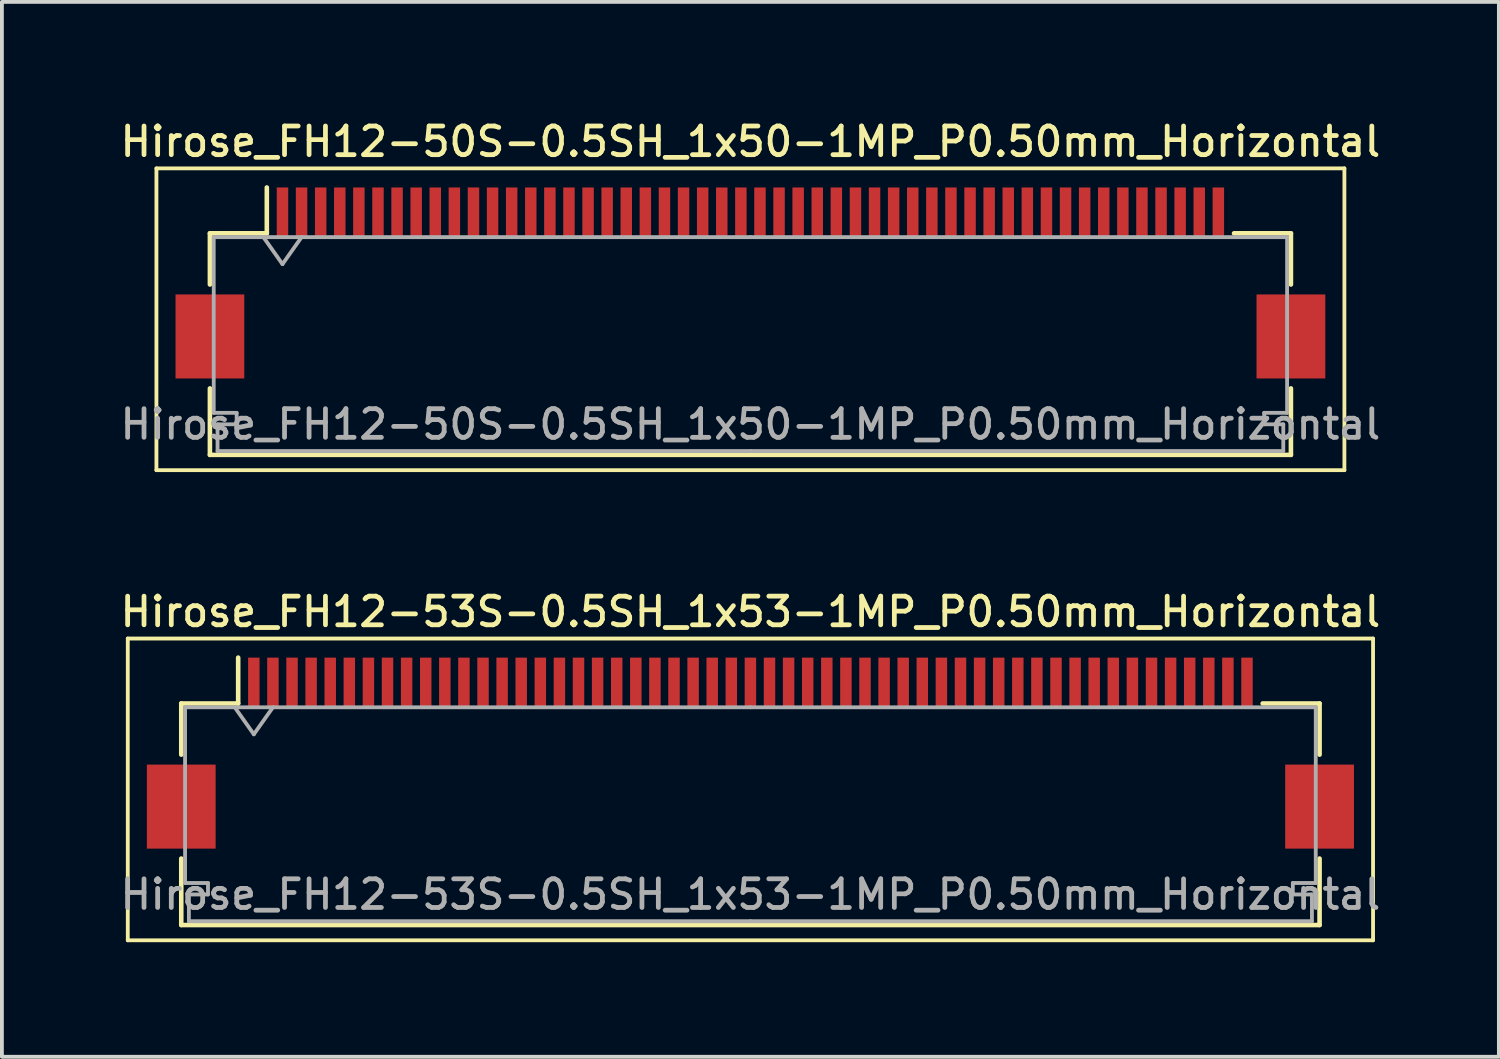
<source format=kicad_pcb>
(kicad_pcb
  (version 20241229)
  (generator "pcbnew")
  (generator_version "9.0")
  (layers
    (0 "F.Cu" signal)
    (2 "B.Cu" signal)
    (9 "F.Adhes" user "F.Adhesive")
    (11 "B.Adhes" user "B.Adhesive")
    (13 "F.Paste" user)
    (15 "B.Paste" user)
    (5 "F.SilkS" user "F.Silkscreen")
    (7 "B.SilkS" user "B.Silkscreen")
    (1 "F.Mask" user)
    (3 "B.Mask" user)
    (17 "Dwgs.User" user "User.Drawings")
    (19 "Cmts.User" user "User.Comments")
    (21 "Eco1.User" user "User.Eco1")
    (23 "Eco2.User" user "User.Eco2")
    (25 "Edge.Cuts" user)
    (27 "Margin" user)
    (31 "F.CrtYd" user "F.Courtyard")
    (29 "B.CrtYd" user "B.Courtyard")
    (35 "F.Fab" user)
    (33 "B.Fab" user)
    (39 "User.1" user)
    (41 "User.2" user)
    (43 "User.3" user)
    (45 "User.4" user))
  (footprint "Hirose_FH12-53S-0.5SH_1x53-1MP_P0.50mm_Horizontal"
    (layer "F.Cu")
    (at 16.595 16.666)
    (property "Reference" "Hirose_FH12-53S-0.5SH_1x53-1MP_P0.50mm_Horizontal" (at 0 -3.7 0) (layer "F.SilkS") (effects (font (size 0.75 0.75) (thickness 0.125))))
    (attr smd)
    (fp_line (start -16.3 -3) (end -16.3 4.9) (stroke (width 0.1) (type solid)) (layer "F.SilkS"))
    (fp_line (start -16.3 4.9) (end 16.3 4.9) (stroke (width 0.1) (type solid)) (layer "F.SilkS"))
    (fp_line (start -14.9 -1.3) (end -14.9 0.04) (stroke (width 0.12) (type solid)) (layer "F.SilkS"))
    (fp_line (start -14.9 2.76) (end -14.9 4.5) (stroke (width 0.12) (type solid)) (layer "F.SilkS"))
    (fp_line (start -14.9 4.5) (end 14.9 4.5) (stroke (width 0.12) (type solid)) (layer "F.SilkS"))
    (fp_line (start -13.41 -1.3) (end -14.9 -1.3) (stroke (width 0.12) (type solid)) (layer "F.SilkS"))
    (fp_line (start -13.41 -1.3) (end -13.41 -2.5) (stroke (width 0.12) (type solid)) (layer "F.SilkS"))
    (fp_line (start 13.41 -1.3) (end 14.9 -1.3) (stroke (width 0.12) (type solid)) (layer "F.SilkS"))
    (fp_line (start 14.9 -1.3) (end 14.9 0.04) (stroke (width 0.12) (type solid)) (layer "F.SilkS"))
    (fp_line (start 14.9 4.5) (end 14.9 2.76) (stroke (width 0.12) (type solid)) (layer "F.SilkS"))
    (fp_line (start 16.3 -3) (end -16.3 -3) (stroke (width 0.1) (type solid)) (layer "F.SilkS"))
    (fp_line (start 16.3 4.9) (end 16.3 -3) (stroke (width 0.1) (type solid)) (layer "F.SilkS"))
    (fp_line (start -14.8 -1.2) (end -14.8 3.4) (stroke (width 0.1) (type solid)) (layer "F.Fab"))
    (fp_line (start -14.8 3.4) (end -14.2 3.4) (stroke (width 0.1) (type solid)) (layer "F.Fab"))
    (fp_line (start -14.7 3.7) (end -14.7 4.4) (stroke (width 0.1) (type solid)) (layer "F.Fab"))
    (fp_line (start -14.7 4.4) (end 0 4.4) (stroke (width 0.1) (type solid)) (layer "F.Fab"))
    (fp_line (start -14.2 3.4) (end -14.2 3.7) (stroke (width 0.1) (type solid)) (layer "F.Fab"))
    (fp_line (start -14.2 3.7) (end -14.7 3.7) (stroke (width 0.1) (type solid)) (layer "F.Fab"))
    (fp_line (start -13.5 -1.2) (end -13 -0.493) (stroke (width 0.1) (type solid)) (layer "F.Fab"))
    (fp_line (start -13 -0.493) (end -12.5 -1.2) (stroke (width 0.1) (type solid)) (layer "F.Fab"))
    (fp_line (start 0 -1.2) (end -14.8 -1.2) (stroke (width 0.1) (type solid)) (layer "F.Fab"))
    (fp_line (start 0 -1.2) (end 14.8 -1.2) (stroke (width 0.1) (type solid)) (layer "F.Fab"))
    (fp_line (start 14.2 3.4) (end 14.2 3.7) (stroke (width 0.1) (type solid)) (layer "F.Fab"))
    (fp_line (start 14.2 3.7) (end 14.7 3.7) (stroke (width 0.1) (type solid)) (layer "F.Fab"))
    (fp_line (start 14.7 3.7) (end 14.7 4.4) (stroke (width 0.1) (type solid)) (layer "F.Fab"))
    (fp_line (start 14.7 4.4) (end 0 4.4) (stroke (width 0.1) (type solid)) (layer "F.Fab"))
    (fp_line (start 14.8 -1.2) (end 14.8 3.4) (stroke (width 0.1) (type solid)) (layer "F.Fab"))
    (fp_line (start 14.8 3.4) (end 14.2 3.4) (stroke (width 0.1) (type solid)) (layer "F.Fab"))
    (fp_text user "${REFERENCE}" (at 0 3.7 0) (layer "F.Fab") (effects (font (size 0.75 0.75) (thickness 0.125))))
    (pad "1" smd rect (at -13 -1.85) (size 0.3 1.3) (layers "F.Cu" "F.Mask" "F.Paste"))
    (pad "2" smd rect (at -12.5 -1.85) (size 0.3 1.3) (layers "F.Cu" "F.Mask" "F.Paste"))
    (pad "3" smd rect (at -12 -1.85) (size 0.3 1.3) (layers "F.Cu" "F.Mask" "F.Paste"))
    (pad "4" smd rect (at -11.5 -1.85) (size 0.3 1.3) (layers "F.Cu" "F.Mask" "F.Paste"))
    (pad "5" smd rect (at -11 -1.85) (size 0.3 1.3) (layers "F.Cu" "F.Mask" "F.Paste"))
    (pad "6" smd rect (at -10.5 -1.85) (size 0.3 1.3) (layers "F.Cu" "F.Mask" "F.Paste"))
    (pad "7" smd rect (at -10 -1.85) (size 0.3 1.3) (layers "F.Cu" "F.Mask" "F.Paste"))
    (pad "8" smd rect (at -9.5 -1.85) (size 0.3 1.3) (layers "F.Cu" "F.Mask" "F.Paste"))
    (pad "9" smd rect (at -9 -1.85) (size 0.3 1.3) (layers "F.Cu" "F.Mask" "F.Paste"))
    (pad "10" smd rect (at -8.5 -1.85) (size 0.3 1.3) (layers "F.Cu" "F.Mask" "F.Paste"))
    (pad "11" smd rect (at -8 -1.85) (size 0.3 1.3) (layers "F.Cu" "F.Mask" "F.Paste"))
    (pad "12" smd rect (at -7.5 -1.85) (size 0.3 1.3) (layers "F.Cu" "F.Mask" "F.Paste"))
    (pad "13" smd rect (at -7 -1.85) (size 0.3 1.3) (layers "F.Cu" "F.Mask" "F.Paste"))
    (pad "14" smd rect (at -6.5 -1.85) (size 0.3 1.3) (layers "F.Cu" "F.Mask" "F.Paste"))
    (pad "15" smd rect (at -6 -1.85) (size 0.3 1.3) (layers "F.Cu" "F.Mask" "F.Paste"))
    (pad "16" smd rect (at -5.5 -1.85) (size 0.3 1.3) (layers "F.Cu" "F.Mask" "F.Paste"))
    (pad "17" smd rect (at -5 -1.85) (size 0.3 1.3) (layers "F.Cu" "F.Mask" "F.Paste"))
    (pad "18" smd rect (at -4.5 -1.85) (size 0.3 1.3) (layers "F.Cu" "F.Mask" "F.Paste"))
    (pad "19" smd rect (at -4 -1.85) (size 0.3 1.3) (layers "F.Cu" "F.Mask" "F.Paste"))
    (pad "20" smd rect (at -3.5 -1.85) (size 0.3 1.3) (layers "F.Cu" "F.Mask" "F.Paste"))
    (pad "21" smd rect (at -3 -1.85) (size 0.3 1.3) (layers "F.Cu" "F.Mask" "F.Paste"))
    (pad "22" smd rect (at -2.5 -1.85) (size 0.3 1.3) (layers "F.Cu" "F.Mask" "F.Paste"))
    (pad "23" smd rect (at -2 -1.85) (size 0.3 1.3) (layers "F.Cu" "F.Mask" "F.Paste"))
    (pad "24" smd rect (at -1.5 -1.85) (size 0.3 1.3) (layers "F.Cu" "F.Mask" "F.Paste"))
    (pad "25" smd rect (at -1 -1.85) (size 0.3 1.3) (layers "F.Cu" "F.Mask" "F.Paste"))
    (pad "26" smd rect (at -0.5 -1.85) (size 0.3 1.3) (layers "F.Cu" "F.Mask" "F.Paste"))
    (pad "27" smd rect (at 0 -1.85) (size 0.3 1.3) (layers "F.Cu" "F.Mask" "F.Paste"))
    (pad "28" smd rect (at 0.5 -1.85) (size 0.3 1.3) (layers "F.Cu" "F.Mask" "F.Paste"))
    (pad "29" smd rect (at 1 -1.85) (size 0.3 1.3) (layers "F.Cu" "F.Mask" "F.Paste"))
    (pad "30" smd rect (at 1.5 -1.85) (size 0.3 1.3) (layers "F.Cu" "F.Mask" "F.Paste"))
    (pad "31" smd rect (at 2 -1.85) (size 0.3 1.3) (layers "F.Cu" "F.Mask" "F.Paste"))
    (pad "32" smd rect (at 2.5 -1.85) (size 0.3 1.3) (layers "F.Cu" "F.Mask" "F.Paste"))
    (pad "33" smd rect (at 3 -1.85) (size 0.3 1.3) (layers "F.Cu" "F.Mask" "F.Paste"))
    (pad "34" smd rect (at 3.5 -1.85) (size 0.3 1.3) (layers "F.Cu" "F.Mask" "F.Paste"))
    (pad "35" smd rect (at 4 -1.85) (size 0.3 1.3) (layers "F.Cu" "F.Mask" "F.Paste"))
    (pad "36" smd rect (at 4.5 -1.85) (size 0.3 1.3) (layers "F.Cu" "F.Mask" "F.Paste"))
    (pad "37" smd rect (at 5 -1.85) (size 0.3 1.3) (layers "F.Cu" "F.Mask" "F.Paste"))
    (pad "38" smd rect (at 5.5 -1.85) (size 0.3 1.3) (layers "F.Cu" "F.Mask" "F.Paste"))
    (pad "39" smd rect (at 6 -1.85) (size 0.3 1.3) (layers "F.Cu" "F.Mask" "F.Paste"))
    (pad "40" smd rect (at 6.5 -1.85) (size 0.3 1.3) (layers "F.Cu" "F.Mask" "F.Paste"))
    (pad "41" smd rect (at 7 -1.85) (size 0.3 1.3) (layers "F.Cu" "F.Mask" "F.Paste"))
    (pad "42" smd rect (at 7.5 -1.85) (size 0.3 1.3) (layers "F.Cu" "F.Mask" "F.Paste"))
    (pad "43" smd rect (at 8 -1.85) (size 0.3 1.3) (layers "F.Cu" "F.Mask" "F.Paste"))
    (pad "44" smd rect (at 8.5 -1.85) (size 0.3 1.3) (layers "F.Cu" "F.Mask" "F.Paste"))
    (pad "45" smd rect (at 9 -1.85) (size 0.3 1.3) (layers "F.Cu" "F.Mask" "F.Paste"))
    (pad "46" smd rect (at 9.5 -1.85) (size 0.3 1.3) (layers "F.Cu" "F.Mask" "F.Paste"))
    (pad "47" smd rect (at 10 -1.85) (size 0.3 1.3) (layers "F.Cu" "F.Mask" "F.Paste"))
    (pad "48" smd rect (at 10.5 -1.85) (size 0.3 1.3) (layers "F.Cu" "F.Mask" "F.Paste"))
    (pad "49" smd rect (at 11 -1.85) (size 0.3 1.3) (layers "F.Cu" "F.Mask" "F.Paste"))
    (pad "50" smd rect (at 11.5 -1.85) (size 0.3 1.3) (layers "F.Cu" "F.Mask" "F.Paste"))
    (pad "51" smd rect (at 12 -1.85) (size 0.3 1.3) (layers "F.Cu" "F.Mask" "F.Paste"))
    (pad "52" smd rect (at 12.5 -1.85) (size 0.3 1.3) (layers "F.Cu" "F.Mask" "F.Paste"))
    (pad "53" smd rect (at 13 -1.85) (size 0.3 1.3) (layers "F.Cu" "F.Mask" "F.Paste"))
    (pad "MP" smd rect (at -14.9 1.4) (size 1.8 2.2) (layers "F.Cu" "F.Mask" "F.Paste"))
    (pad "MP" smd rect (at 14.9 1.4) (size 1.8 2.2) (layers "F.Cu" "F.Mask" "F.Paste")))
  (footprint "Hirose_FH12-50S-0.5SH_1x50-1MP_P0.50mm_Horizontal"
    (layer "F.Cu")
    (at 16.595 4.358)
    (property "Reference" "Hirose_FH12-50S-0.5SH_1x50-1MP_P0.50mm_Horizontal" (at 0 -3.7 0) (layer "F.SilkS") (effects (font (size 0.75 0.75) (thickness 0.125))))
    (attr smd)
    (fp_line (start -15.55 -3) (end -15.55 4.9) (stroke (width 0.1) (type solid)) (layer "F.SilkS"))
    (fp_line (start -15.55 4.9) (end 15.55 4.9) (stroke (width 0.1) (type solid)) (layer "F.SilkS"))
    (fp_line (start -14.15 -1.3) (end -14.15 0.04) (stroke (width 0.12) (type solid)) (layer "F.SilkS"))
    (fp_line (start -14.15 2.76) (end -14.15 4.5) (stroke (width 0.12) (type solid)) (layer "F.SilkS"))
    (fp_line (start -14.15 4.5) (end 14.15 4.5) (stroke (width 0.12) (type solid)) (layer "F.SilkS"))
    (fp_line (start -12.66 -1.3) (end -14.15 -1.3) (stroke (width 0.12) (type solid)) (layer "F.SilkS"))
    (fp_line (start -12.66 -1.3) (end -12.66 -2.5) (stroke (width 0.12) (type solid)) (layer "F.SilkS"))
    (fp_line (start 12.66 -1.3) (end 14.15 -1.3) (stroke (width 0.12) (type solid)) (layer "F.SilkS"))
    (fp_line (start 14.15 -1.3) (end 14.15 0.04) (stroke (width 0.12) (type solid)) (layer "F.SilkS"))
    (fp_line (start 14.15 4.5) (end 14.15 2.76) (stroke (width 0.12) (type solid)) (layer "F.SilkS"))
    (fp_line (start 15.55 -3) (end -15.55 -3) (stroke (width 0.1) (type solid)) (layer "F.SilkS"))
    (fp_line (start 15.55 4.9) (end 15.55 -3) (stroke (width 0.1) (type solid)) (layer "F.SilkS"))
    (fp_line (start -14.05 -1.2) (end -14.05 3.4) (stroke (width 0.1) (type solid)) (layer "F.Fab"))
    (fp_line (start -14.05 3.4) (end -13.45 3.4) (stroke (width 0.1) (type solid)) (layer "F.Fab"))
    (fp_line (start -13.95 3.7) (end -13.95 4.4) (stroke (width 0.1) (type solid)) (layer "F.Fab"))
    (fp_line (start -13.95 4.4) (end 0 4.4) (stroke (width 0.1) (type solid)) (layer "F.Fab"))
    (fp_line (start -13.45 3.4) (end -13.45 3.7) (stroke (width 0.1) (type solid)) (layer "F.Fab"))
    (fp_line (start -13.45 3.7) (end -13.95 3.7) (stroke (width 0.1) (type solid)) (layer "F.Fab"))
    (fp_line (start -12.75 -1.2) (end -12.25 -0.493) (stroke (width 0.1) (type solid)) (layer "F.Fab"))
    (fp_line (start -12.25 -0.493) (end -11.75 -1.2) (stroke (width 0.1) (type solid)) (layer "F.Fab"))
    (fp_line (start 0 -1.2) (end -14.05 -1.2) (stroke (width 0.1) (type solid)) (layer "F.Fab"))
    (fp_line (start 0 -1.2) (end 14.05 -1.2) (stroke (width 0.1) (type solid)) (layer "F.Fab"))
    (fp_line (start 13.45 3.4) (end 13.45 3.7) (stroke (width 0.1) (type solid)) (layer "F.Fab"))
    (fp_line (start 13.45 3.7) (end 13.95 3.7) (stroke (width 0.1) (type solid)) (layer "F.Fab"))
    (fp_line (start 13.95 3.7) (end 13.95 4.4) (stroke (width 0.1) (type solid)) (layer "F.Fab"))
    (fp_line (start 13.95 4.4) (end 0 4.4) (stroke (width 0.1) (type solid)) (layer "F.Fab"))
    (fp_line (start 14.05 -1.2) (end 14.05 3.4) (stroke (width 0.1) (type solid)) (layer "F.Fab"))
    (fp_line (start 14.05 3.4) (end 13.45 3.4) (stroke (width 0.1) (type solid)) (layer "F.Fab"))
    (fp_text user "${REFERENCE}" (at 0 3.7 0) (layer "F.Fab") (effects (font (size 0.75 0.75) (thickness 0.125))))
    (pad "1" smd rect (at -12.25 -1.85) (size 0.3 1.3) (layers "F.Cu" "F.Mask" "F.Paste"))
    (pad "2" smd rect (at -11.75 -1.85) (size 0.3 1.3) (layers "F.Cu" "F.Mask" "F.Paste"))
    (pad "3" smd rect (at -11.25 -1.85) (size 0.3 1.3) (layers "F.Cu" "F.Mask" "F.Paste"))
    (pad "4" smd rect (at -10.75 -1.85) (size 0.3 1.3) (layers "F.Cu" "F.Mask" "F.Paste"))
    (pad "5" smd rect (at -10.25 -1.85) (size 0.3 1.3) (layers "F.Cu" "F.Mask" "F.Paste"))
    (pad "6" smd rect (at -9.75 -1.85) (size 0.3 1.3) (layers "F.Cu" "F.Mask" "F.Paste"))
    (pad "7" smd rect (at -9.25 -1.85) (size 0.3 1.3) (layers "F.Cu" "F.Mask" "F.Paste"))
    (pad "8" smd rect (at -8.75 -1.85) (size 0.3 1.3) (layers "F.Cu" "F.Mask" "F.Paste"))
    (pad "9" smd rect (at -8.25 -1.85) (size 0.3 1.3) (layers "F.Cu" "F.Mask" "F.Paste"))
    (pad "10" smd rect (at -7.75 -1.85) (size 0.3 1.3) (layers "F.Cu" "F.Mask" "F.Paste"))
    (pad "11" smd rect (at -7.25 -1.85) (size 0.3 1.3) (layers "F.Cu" "F.Mask" "F.Paste"))
    (pad "12" smd rect (at -6.75 -1.85) (size 0.3 1.3) (layers "F.Cu" "F.Mask" "F.Paste"))
    (pad "13" smd rect (at -6.25 -1.85) (size 0.3 1.3) (layers "F.Cu" "F.Mask" "F.Paste"))
    (pad "14" smd rect (at -5.75 -1.85) (size 0.3 1.3) (layers "F.Cu" "F.Mask" "F.Paste"))
    (pad "15" smd rect (at -5.25 -1.85) (size 0.3 1.3) (layers "F.Cu" "F.Mask" "F.Paste"))
    (pad "16" smd rect (at -4.75 -1.85) (size 0.3 1.3) (layers "F.Cu" "F.Mask" "F.Paste"))
    (pad "17" smd rect (at -4.25 -1.85) (size 0.3 1.3) (layers "F.Cu" "F.Mask" "F.Paste"))
    (pad "18" smd rect (at -3.75 -1.85) (size 0.3 1.3) (layers "F.Cu" "F.Mask" "F.Paste"))
    (pad "19" smd rect (at -3.25 -1.85) (size 0.3 1.3) (layers "F.Cu" "F.Mask" "F.Paste"))
    (pad "20" smd rect (at -2.75 -1.85) (size 0.3 1.3) (layers "F.Cu" "F.Mask" "F.Paste"))
    (pad "21" smd rect (at -2.25 -1.85) (size 0.3 1.3) (layers "F.Cu" "F.Mask" "F.Paste"))
    (pad "22" smd rect (at -1.75 -1.85) (size 0.3 1.3) (layers "F.Cu" "F.Mask" "F.Paste"))
    (pad "23" smd rect (at -1.25 -1.85) (size 0.3 1.3) (layers "F.Cu" "F.Mask" "F.Paste"))
    (pad "24" smd rect (at -0.75 -1.85) (size 0.3 1.3) (layers "F.Cu" "F.Mask" "F.Paste"))
    (pad "25" smd rect (at -0.25 -1.85) (size 0.3 1.3) (layers "F.Cu" "F.Mask" "F.Paste"))
    (pad "26" smd rect (at 0.25 -1.85) (size 0.3 1.3) (layers "F.Cu" "F.Mask" "F.Paste"))
    (pad "27" smd rect (at 0.75 -1.85) (size 0.3 1.3) (layers "F.Cu" "F.Mask" "F.Paste"))
    (pad "28" smd rect (at 1.25 -1.85) (size 0.3 1.3) (layers "F.Cu" "F.Mask" "F.Paste"))
    (pad "29" smd rect (at 1.75 -1.85) (size 0.3 1.3) (layers "F.Cu" "F.Mask" "F.Paste"))
    (pad "30" smd rect (at 2.25 -1.85) (size 0.3 1.3) (layers "F.Cu" "F.Mask" "F.Paste"))
    (pad "31" smd rect (at 2.75 -1.85) (size 0.3 1.3) (layers "F.Cu" "F.Mask" "F.Paste"))
    (pad "32" smd rect (at 3.25 -1.85) (size 0.3 1.3) (layers "F.Cu" "F.Mask" "F.Paste"))
    (pad "33" smd rect (at 3.75 -1.85) (size 0.3 1.3) (layers "F.Cu" "F.Mask" "F.Paste"))
    (pad "34" smd rect (at 4.25 -1.85) (size 0.3 1.3) (layers "F.Cu" "F.Mask" "F.Paste"))
    (pad "35" smd rect (at 4.75 -1.85) (size 0.3 1.3) (layers "F.Cu" "F.Mask" "F.Paste"))
    (pad "36" smd rect (at 5.25 -1.85) (size 0.3 1.3) (layers "F.Cu" "F.Mask" "F.Paste"))
    (pad "37" smd rect (at 5.75 -1.85) (size 0.3 1.3) (layers "F.Cu" "F.Mask" "F.Paste"))
    (pad "38" smd rect (at 6.25 -1.85) (size 0.3 1.3) (layers "F.Cu" "F.Mask" "F.Paste"))
    (pad "39" smd rect (at 6.75 -1.85) (size 0.3 1.3) (layers "F.Cu" "F.Mask" "F.Paste"))
    (pad "40" smd rect (at 7.25 -1.85) (size 0.3 1.3) (layers "F.Cu" "F.Mask" "F.Paste"))
    (pad "41" smd rect (at 7.75 -1.85) (size 0.3 1.3) (layers "F.Cu" "F.Mask" "F.Paste"))
    (pad "42" smd rect (at 8.25 -1.85) (size 0.3 1.3) (layers "F.Cu" "F.Mask" "F.Paste"))
    (pad "43" smd rect (at 8.75 -1.85) (size 0.3 1.3) (layers "F.Cu" "F.Mask" "F.Paste"))
    (pad "44" smd rect (at 9.25 -1.85) (size 0.3 1.3) (layers "F.Cu" "F.Mask" "F.Paste"))
    (pad "45" smd rect (at 9.75 -1.85) (size 0.3 1.3) (layers "F.Cu" "F.Mask" "F.Paste"))
    (pad "46" smd rect (at 10.25 -1.85) (size 0.3 1.3) (layers "F.Cu" "F.Mask" "F.Paste"))
    (pad "47" smd rect (at 10.75 -1.85) (size 0.3 1.3) (layers "F.Cu" "F.Mask" "F.Paste"))
    (pad "48" smd rect (at 11.25 -1.85) (size 0.3 1.3) (layers "F.Cu" "F.Mask" "F.Paste"))
    (pad "49" smd rect (at 11.75 -1.85) (size 0.3 1.3) (layers "F.Cu" "F.Mask" "F.Paste"))
    (pad "50" smd rect (at 12.25 -1.85) (size 0.3 1.3) (layers "F.Cu" "F.Mask" "F.Paste"))
    (pad "MP" smd rect (at -14.15 1.4) (size 1.8 2.2) (layers "F.Cu" "F.Mask" "F.Paste"))
    (pad "MP" smd rect (at 14.15 1.4) (size 1.8 2.2) (layers "F.Cu" "F.Mask" "F.Paste")))
  (gr_rect
    (start -3 -3)
    (end 36.189 24.616)
    (stroke (width 0.1) (type default))
    (fill no)
    (layer "Edge.Cuts")))
</source>
